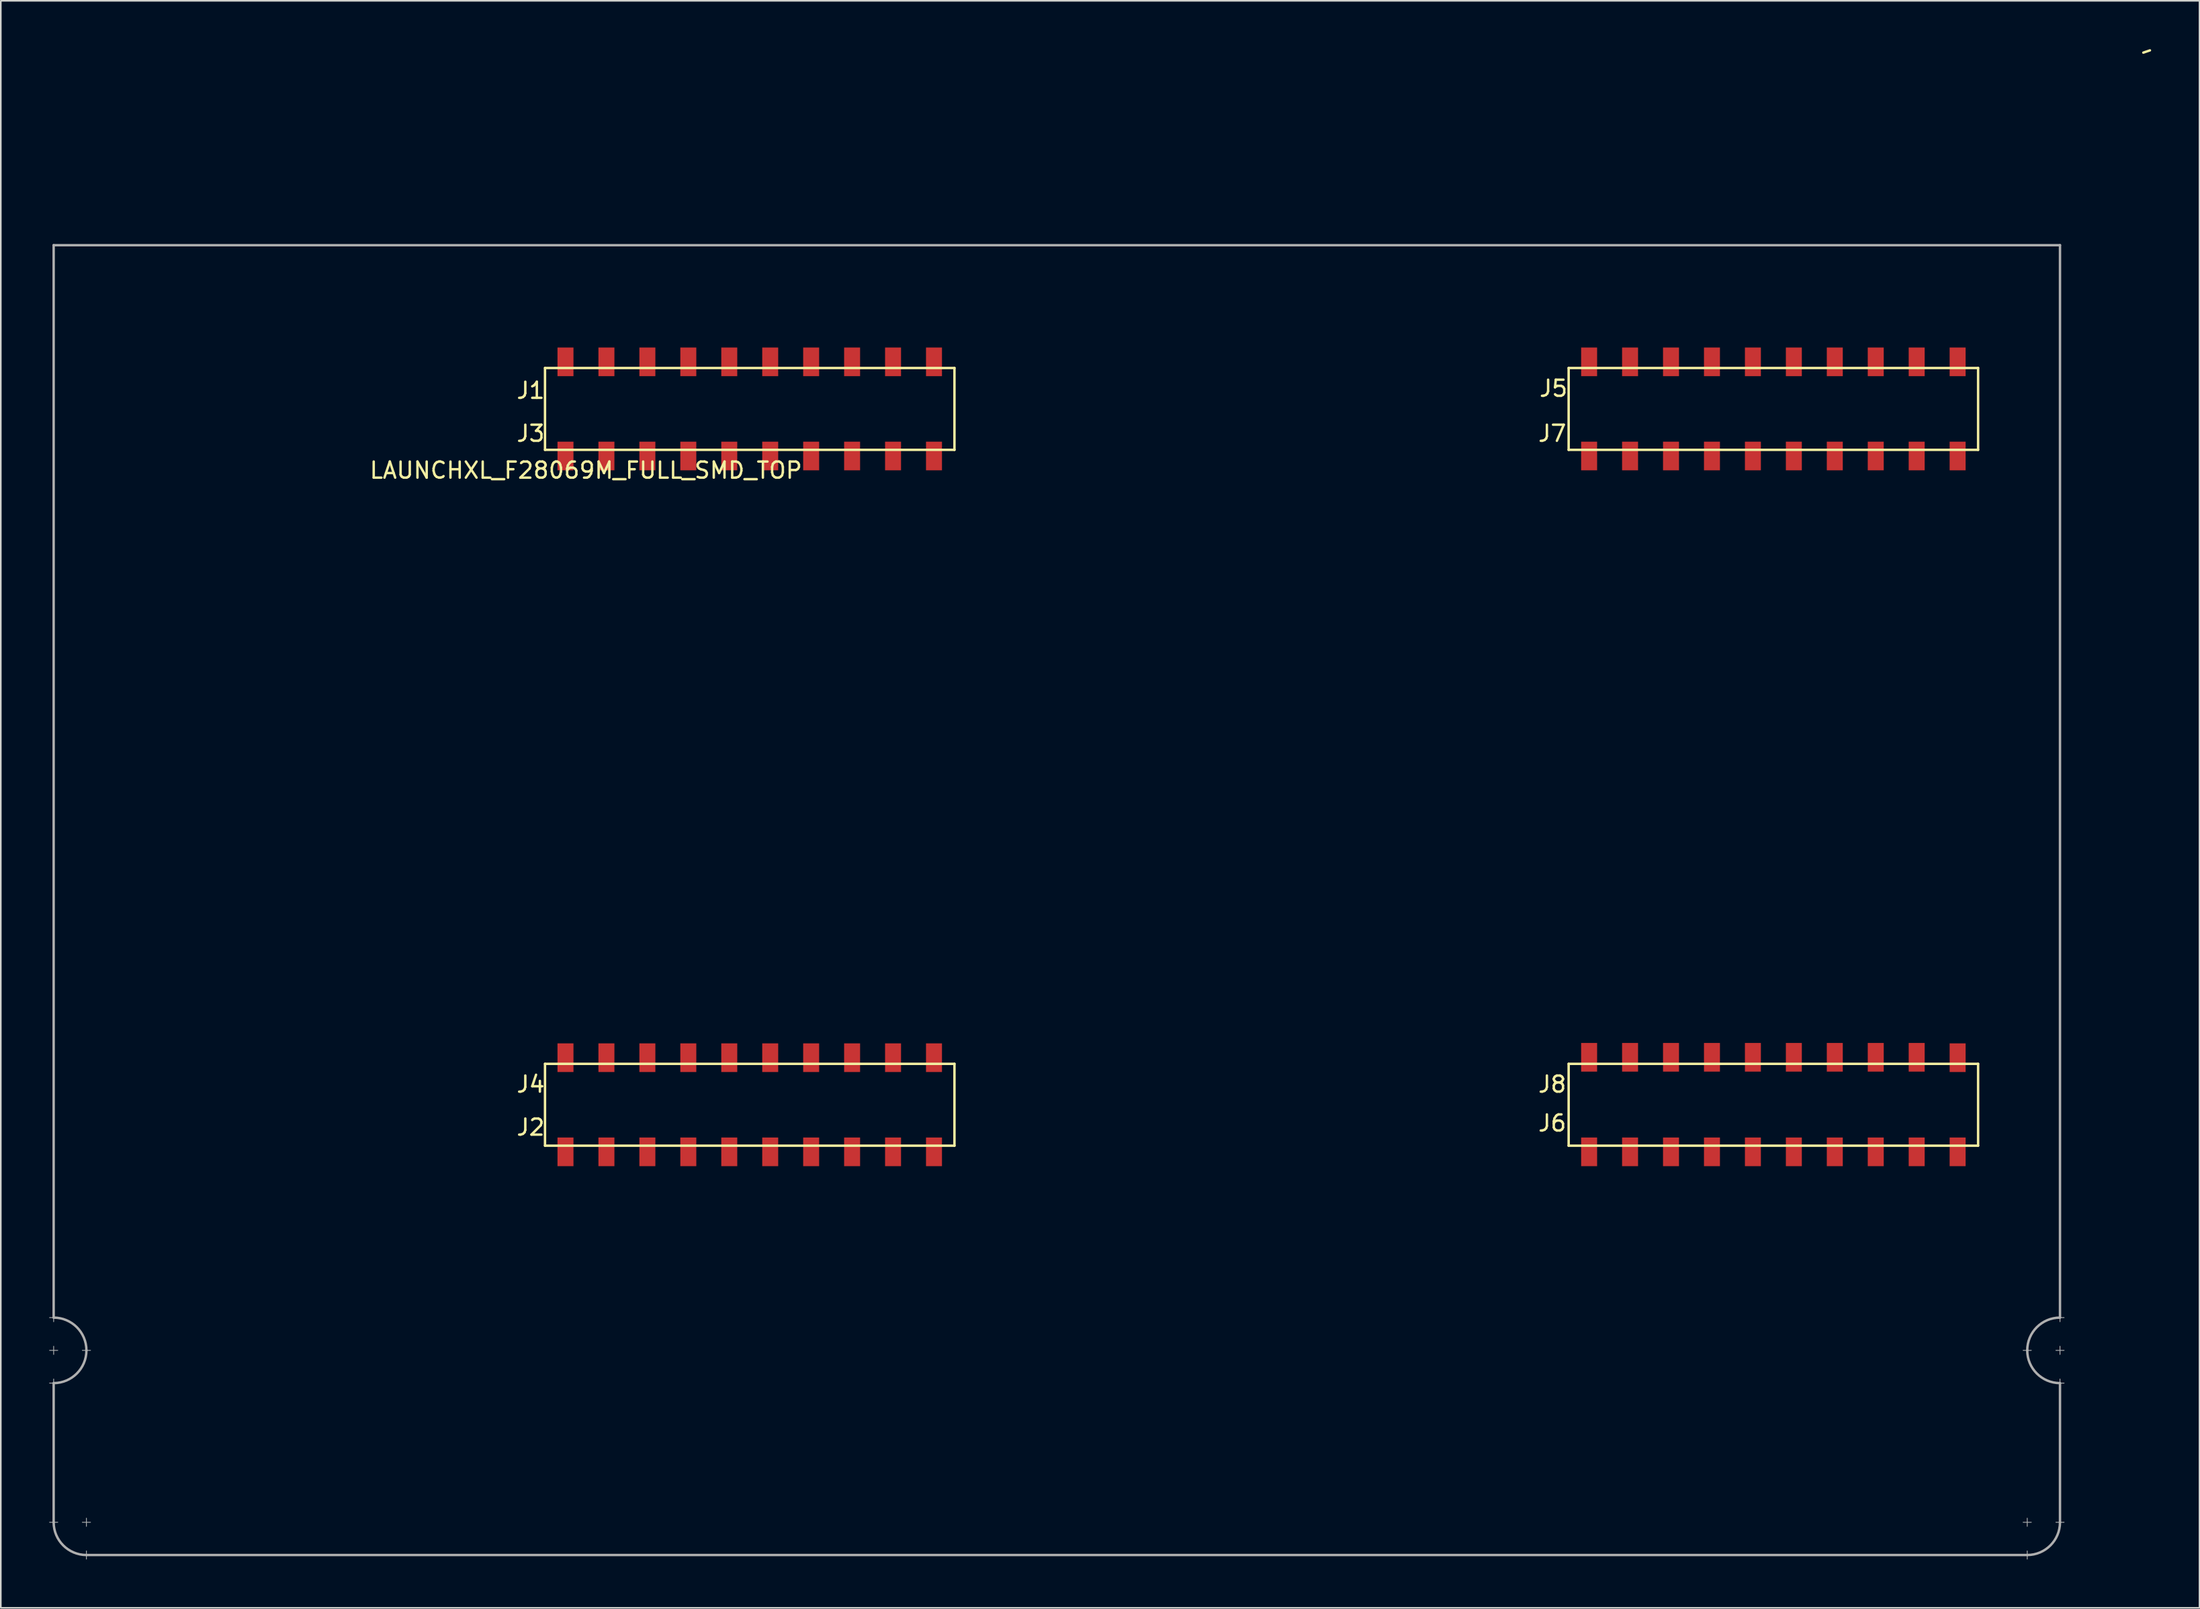
<source format=kicad_pcb>
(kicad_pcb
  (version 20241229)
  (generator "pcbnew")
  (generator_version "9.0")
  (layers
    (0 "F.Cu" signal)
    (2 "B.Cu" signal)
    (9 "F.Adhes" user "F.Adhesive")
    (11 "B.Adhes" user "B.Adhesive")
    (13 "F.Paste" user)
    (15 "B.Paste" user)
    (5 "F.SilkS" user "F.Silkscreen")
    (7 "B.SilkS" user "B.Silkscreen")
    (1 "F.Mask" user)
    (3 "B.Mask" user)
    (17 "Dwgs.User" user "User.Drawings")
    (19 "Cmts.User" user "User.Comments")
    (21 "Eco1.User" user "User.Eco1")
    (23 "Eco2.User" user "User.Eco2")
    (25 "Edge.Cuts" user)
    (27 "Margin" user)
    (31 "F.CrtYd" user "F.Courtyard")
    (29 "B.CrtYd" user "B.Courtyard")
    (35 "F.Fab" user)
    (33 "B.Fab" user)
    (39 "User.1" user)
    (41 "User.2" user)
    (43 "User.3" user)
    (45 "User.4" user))
  (footprint "LAUNCHXL_F28069M_FULL_SMD_TOP"
    (layer "F.Cu")
    (at 0.279 68.045)
    (property "Reference" "LAUNCHXL_F28069M_FULL_SMD_TOP" (at 33.02 -41.91 0) (layer "F.SilkS") (effects (font (size 1 1) (thickness 0.15))))
    (attr through_hole)
    (fp_line (start 30.48 -48.26) (end 30.48 -43.18) (stroke (width 0.15) (type solid)) (layer "F.SilkS"))
    (fp_line (start 30.48 -43.18) (end 55.88 -43.18) (stroke (width 0.15) (type solid)) (layer "F.SilkS"))
    (fp_line (start 30.48 -5.08) (end 30.48 0) (stroke (width 0.15) (type solid)) (layer "F.SilkS"))
    (fp_line (start 30.48 0) (end 55.88 0) (stroke (width 0.15) (type solid)) (layer "F.SilkS"))
    (fp_line (start 55.88 -48.26) (end 30.48 -48.26) (stroke (width 0.15) (type solid)) (layer "F.SilkS"))
    (fp_line (start 55.88 -43.18) (end 55.88 -48.26) (stroke (width 0.15) (type solid)) (layer "F.SilkS"))
    (fp_line (start 55.88 -5.08) (end 30.48 -5.08) (stroke (width 0.15) (type solid)) (layer "F.SilkS"))
    (fp_line (start 55.88 0) (end 55.88 -5.08) (stroke (width 0.15) (type solid)) (layer "F.SilkS"))
    (fp_line (start 93.98 -48.26) (end 93.98 -43.18) (stroke (width 0.15) (type solid)) (layer "F.SilkS"))
    (fp_line (start 93.98 -43.18) (end 119.38 -43.18) (stroke (width 0.15) (type solid)) (layer "F.SilkS"))
    (fp_line (start 93.98 -5.08) (end 93.98 0) (stroke (width 0.15) (type solid)) (layer "F.SilkS"))
    (fp_line (start 93.98 0) (end 119.38 0) (stroke (width 0.15) (type solid)) (layer "F.SilkS"))
    (fp_line (start 119.38 -48.26) (end 93.98 -48.26) (stroke (width 0.15) (type solid)) (layer "F.SilkS"))
    (fp_line (start 119.38 -43.18) (end 119.38 -48.26) (stroke (width 0.15) (type solid)) (layer "F.SilkS"))
    (fp_line (start 119.38 -5.08) (end 93.98 -5.08) (stroke (width 0.15) (type solid)) (layer "F.SilkS"))
    (fp_line (start 119.38 0) (end 119.38 -5.08) (stroke (width 0.15) (type solid)) (layer "F.SilkS"))
    (fp_line (start 129.63 -67.83) (end 130.04 -67.97) (stroke (width 0.15) (type solid)) (layer "F.SilkS"))
    (fp_line (start -0.254 10.668) (end 0.254 10.668) (stroke (width 0.05) (type solid)) (layer "F.Fab"))
    (fp_line (start -0.254 12.7) (end 0.254 12.7) (stroke (width 0.05) (type solid)) (layer "F.Fab"))
    (fp_line (start -0.254 14.732) (end 0.254 14.732) (stroke (width 0.05) (type solid)) (layer "F.Fab"))
    (fp_line (start 0 -55.88) (end 0 10.668) (stroke (width 0.15) (type solid)) (layer "F.Fab"))
    (fp_line (start 0 10.414) (end 0 10.922) (stroke (width 0.05) (type solid)) (layer "F.Fab"))
    (fp_line (start 0 12.446) (end 0 12.954) (stroke (width 0.05) (type solid)) (layer "F.Fab"))
    (fp_line (start 0 14.478) (end 0 14.986) (stroke (width 0.05) (type solid)) (layer "F.Fab"))
    (fp_line (start 0 14.732) (end 0 23.368) (stroke (width 0.15) (type solid)) (layer "F.Fab"))
    (fp_line (start 0 23.114) (end 0 23.622) (stroke (width 0.05) (type solid)) (layer "F.Fab"))
    (fp_line (start 0.254 23.368) (end -0.254 23.368) (stroke (width 0.05) (type solid)) (layer "F.Fab"))
    (fp_line (start 1.778 12.7) (end 2.286 12.7) (stroke (width 0.05) (type solid)) (layer "F.Fab"))
    (fp_line (start 2.032 23.114) (end 2.032 23.622) (stroke (width 0.05) (type solid)) (layer "F.Fab"))
    (fp_line (start 2.032 25.146) (end 2.032 25.654) (stroke (width 0.05) (type solid)) (layer "F.Fab"))
    (fp_line (start 2.032 25.4) (end 122.428 25.4) (stroke (width 0.15) (type solid)) (layer "F.Fab"))
    (fp_line (start 2.286 23.368) (end 1.778 23.368) (stroke (width 0.05) (type solid)) (layer "F.Fab"))
    (fp_line (start 122.174 23.368) (end 122.682 23.368) (stroke (width 0.05) (type solid)) (layer "F.Fab"))
    (fp_line (start 122.174 25.4) (end 122.682 25.4) (stroke (width 0.05) (type solid)) (layer "F.Fab"))
    (fp_line (start 122.428 23.114) (end 122.428 23.622) (stroke (width 0.05) (type solid)) (layer "F.Fab"))
    (fp_line (start 122.428 25.146) (end 122.428 25.654) (stroke (width 0.05) (type solid)) (layer "F.Fab"))
    (fp_line (start 122.682 12.7) (end 122.174 12.7) (stroke (width 0.05) (type solid)) (layer "F.Fab"))
    (fp_line (start 124.206 23.368) (end 124.714 23.368) (stroke (width 0.05) (type solid)) (layer "F.Fab"))
    (fp_line (start 124.46 -55.88) (end 0 -55.88) (stroke (width 0.15) (type solid)) (layer "F.Fab"))
    (fp_line (start 124.46 10.668) (end 124.46 -55.88) (stroke (width 0.15) (type solid)) (layer "F.Fab"))
    (fp_line (start 124.46 10.922) (end 124.46 10.414) (stroke (width 0.05) (type solid)) (layer "F.Fab"))
    (fp_line (start 124.46 12.954) (end 124.46 12.446) (stroke (width 0.05) (type solid)) (layer "F.Fab"))
    (fp_line (start 124.46 14.732) (end 124.46 23.368) (stroke (width 0.15) (type solid)) (layer "F.Fab"))
    (fp_line (start 124.46 14.986) (end 124.46 14.478) (stroke (width 0.05) (type solid)) (layer "F.Fab"))
    (fp_line (start 124.714 10.668) (end 124.206 10.668) (stroke (width 0.05) (type solid)) (layer "F.Fab"))
    (fp_line (start 124.714 12.7) (end 124.206 12.7) (stroke (width 0.05) (type solid)) (layer "F.Fab"))
    (fp_line (start 124.714 14.732) (end 124.206 14.732) (stroke (width 0.05) (type solid)) (layer "F.Fab"))
    (fp_arc (start 0 10.668) (mid 1.436841 11.263159) (end 2.032 12.7) (stroke (width 0.15) (type solid)) (layer "F.Fab"))
    (fp_arc (start 2.032 12.7) (mid 1.436841 14.136841) (end 0 14.732) (stroke (width 0.15) (type solid)) (layer "F.Fab"))
    (fp_arc (start 2.032 25.4) (mid 0.595159 24.804841) (end 0 23.368) (stroke (width 0.15) (type solid)) (layer "F.Fab"))
    (fp_arc (start 122.428 12.7) (mid 123.023159 11.263159) (end 124.46 10.668) (stroke (width 0.15) (type solid)) (layer "F.Fab"))
    (fp_arc (start 124.46 14.732) (mid 123.023159 14.136841) (end 122.428 12.7) (stroke (width 0.15) (type solid)) (layer "F.Fab"))
    (fp_arc (start 124.46 23.368) (mid 123.864841 24.804841) (end 122.428 25.4) (stroke (width 0.15) (type solid)) (layer "F.Fab"))
    (fp_text user "J5" (at 93.04 -46.99 0) (layer "F.SilkS") (effects (font (size 1 1) (thickness 0.15))))
    (fp_text user "J7" (at 92.964 -44.196 0) (layer "F.SilkS") (effects (font (size 1 1) (thickness 0.15))))
    (fp_text user "J4" (at 29.591 -3.81 0) (layer "F.SilkS") (effects (font (size 1 1) (thickness 0.15))))
    (fp_text user "J6" (at 92.964 -1.397 0) (layer "F.SilkS") (effects (font (size 1 1) (thickness 0.15))))
    (fp_text user "J1" (at 29.591 -46.863 0) (layer "F.SilkS") (effects (font (size 1 1) (thickness 0.15))))
    (fp_text user "J2" (at 29.591 -1.143 0) (layer "F.SilkS") (effects (font (size 1 1) (thickness 0.15))))
    (fp_text user "J3" (at 29.591 -44.196 0) (layer "F.SilkS") (effects (font (size 1 1) (thickness 0.15))))
    (fp_text user "J8" (at 92.964 -3.81 0) (layer "F.SilkS") (effects (font (size 1 1) (thickness 0.15))))
    (pad "+3V3" smd rect (at 54.61 -48.641) (size 0.991 1.778) (layers "F.Cu" "F.Mask" "F.Paste"))
    (pad "+3V3" smd rect (at 118.11 -48.641) (size 0.991 1.778) (layers "F.Cu" "F.Mask" "F.Paste"))
    (pad "+5V" smd rect (at 54.61 -42.799) (size 0.991 1.778) (layers "F.Cu" "F.Mask" "F.Paste"))
    (pad "+5V" smd rect (at 118.11 -42.799) (size 0.991 1.778) (layers "F.Cu" "F.Mask" "F.Paste"))
    (pad "A_A0" smd rect (at 39.37 -42.799) (size 0.991 1.778) (layers "F.Cu" "F.Mask" "F.Paste"))
    (pad "A_A1" smd rect (at 34.29 -42.799) (size 0.991 1.778) (layers "F.Cu" "F.Mask" "F.Paste"))
    (pad "A_A2" smd rect (at 44.45 -42.799) (size 0.991 1.778) (layers "F.Cu" "F.Mask" "F.Paste"))
    (pad "A_A3" smd rect (at 102.87 -42.799) (size 0.991 1.778) (layers "F.Cu" "F.Mask" "F.Paste"))
    (pad "A_A4" smd rect (at 97.79 -42.799) (size 0.991 1.778) (layers "F.Cu" "F.Mask" "F.Paste"))
    (pad "A_A5" smd rect (at 107.95 -42.799) (size 0.991 1.778) (layers "F.Cu" "F.Mask" "F.Paste"))
    (pad "A_A6" smd rect (at 52.07 -48.641) (size 0.991 1.778) (layers "F.Cu" "F.Mask" "F.Paste"))
    (pad "A_A7" smd rect (at 49.53 -42.799) (size 0.991 1.778) (layers "F.Cu" "F.Mask" "F.Paste"))
    (pad "A_B0" smd rect (at 36.83 -42.799) (size 0.991 1.778) (layers "F.Cu" "F.Mask" "F.Paste"))
    (pad "A_B1" smd rect (at 46.99 -42.799) (size 0.991 1.778) (layers "F.Cu" "F.Mask" "F.Paste"))
    (pad "A_B2" smd rect (at 41.91 -42.799) (size 0.991 1.778) (layers "F.Cu" "F.Mask" "F.Paste"))
    (pad "A_B3" smd rect (at 100.33 -42.799) (size 0.991 1.778) (layers "F.Cu" "F.Mask" "F.Paste"))
    (pad "A_B4" smd rect (at 110.49 -42.799) (size 0.991 1.778) (layers "F.Cu" "F.Mask" "F.Paste"))
    (pad "A_B5" smd rect (at 105.41 -42.799) (size 0.991 1.778) (layers "F.Cu" "F.Mask" "F.Paste"))
    (pad "A_B6" smd rect (at 41.91 -48.641) (size 0.991 1.778) (layers "F.Cu" "F.Mask" "F.Paste"))
    (pad "A_B7" smd rect (at 113.03 -42.799) (size 0.991 1.778) (layers "F.Cu" "F.Mask" "F.Paste"))
    (pad "DAC1" smd rect (at 34.29 -5.461) (size 0.991 1.778) (layers "F.Cu" "F.Mask" "F.Paste"))
    (pad "DAC2" smd rect (at 31.75 -5.461) (size 0.991 1.778) (layers "F.Cu" "F.Mask" "F.Paste"))
    (pad "DAC3" smd rect (at 97.79 -5.486) (size 0.991 1.778) (layers "F.Cu" "F.Mask" "F.Paste"))
    (pad "DAC4" smd rect (at 95.25 -5.486) (size 0.991 1.778) (layers "F.Cu" "F.Mask" "F.Paste"))
    (pad "GND" smd rect (at 52.07 -42.799) (size 0.991 1.778) (layers "F.Cu" "F.Mask" "F.Paste"))
    (pad "GND" smd rect (at 54.61 0.381) (size 0.991 1.778) (layers "F.Cu" "F.Mask" "F.Paste"))
    (pad "GND" smd rect (at 115.57 -42.799) (size 0.991 1.778) (layers "F.Cu" "F.Mask" "F.Paste"))
    (pad "GND" smd rect (at 118.11 0.381) (size 0.991 1.778) (layers "F.Cu" "F.Mask" "F.Paste"))
    (pad "NC" smd rect (at 31.75 -42.799) (size 0.991 1.778) (layers "F.Cu" "F.Mask" "F.Paste"))
    (pad "NC" smd rect (at 36.83 -5.461) (size 0.991 1.778) (layers "F.Cu" "F.Mask" "F.Paste"))
    (pad "NC" smd rect (at 46.99 0.381) (size 0.991 1.778) (layers "F.Cu" "F.Mask" "F.Paste"))
    (pad "NC" smd rect (at 95.25 -42.799) (size 0.991 1.778) (layers "F.Cu" "F.Mask" "F.Paste"))
    (pad "NC" smd rect (at 100.33 -5.486) (size 0.991 1.778) (layers "F.Cu" "F.Mask" "F.Paste"))
    (pad "NC" smd rect (at 102.87 -5.486) (size 0.991 1.778) (layers "F.Cu" "F.Mask" "F.Paste"))
    (pad "NC" smd rect (at 105.41 -48.641) (size 0.991 1.778) (layers "F.Cu" "F.Mask" "F.Paste"))
    (pad "NC" smd rect (at 110.49 0.381) (size 0.991 1.778) (layers "F.Cu" "F.Mask" "F.Paste"))
    (pad "NC" smd rect (at 115.57 -48.641) (size 0.991 1.778) (layers "F.Cu" "F.Mask" "F.Paste"))
    (pad "P_0" smd rect (at 54.61 -5.461) (size 0.991 1.778) (layers "F.Cu" "F.Mask" "F.Paste"))
    (pad "P_1" smd rect (at 52.07 -5.461) (size 0.991 1.778) (layers "F.Cu" "F.Mask" "F.Paste"))
    (pad "P_2" smd rect (at 49.53 -5.461) (size 0.991 1.778) (layers "F.Cu" "F.Mask" "F.Paste"))
    (pad "P_3" smd rect (at 46.99 -5.461) (size 0.991 1.778) (layers "F.Cu" "F.Mask" "F.Paste"))
    (pad "P_4" smd rect (at 44.45 -5.461) (size 0.991 1.778) (layers "F.Cu" "F.Mask" "F.Paste"))
    (pad "P_5" smd rect (at 41.91 -5.461) (size 0.991 1.778) (layers "F.Cu" "F.Mask" "F.Paste"))
    (pad "P_6" smd rect (at 118.11 -5.461) (size 0.991 1.778) (layers "F.Cu" "F.Mask" "F.Paste"))
    (pad "P_7" smd rect (at 115.57 -5.486) (size 0.991 1.778) (layers "F.Cu" "F.Mask" "F.Paste"))
    (pad "P_8" smd rect (at 113.03 -5.486) (size 0.991 1.778) (layers "F.Cu" "F.Mask" "F.Paste"))
    (pad "P_9" smd rect (at 110.49 -5.486) (size 0.991 1.778) (layers "F.Cu" "F.Mask" "F.Paste"))
    (pad "P_10" smd rect (at 107.95 -5.486) (size 0.991 1.778) (layers "F.Cu" "F.Mask" "F.Paste"))
    (pad "P_11" smd rect (at 105.41 -5.486) (size 0.991 1.778) (layers "F.Cu" "F.Mask" "F.Paste"))
    (pad "P_12" smd rect (at 44.45 -48.641) (size 0.991 1.778) (layers "F.Cu" "F.Mask" "F.Paste"))
    (pad "P_13" smd rect (at 39.37 -5.461) (size 0.991 1.778) (layers "F.Cu" "F.Mask" "F.Paste"))
    (pad "P_14" smd rect (at 102.87 -48.641) (size 0.991 1.778) (layers "F.Cu" "F.Mask" "F.Paste"))
    (pad "P_15" smd rect (at 113.03 -48.641) (size 0.991 1.778) (layers "F.Cu" "F.Mask" "F.Paste"))
    (pad "P_16" smd rect (at 41.91 0.381) (size 0.991 1.778) (layers "F.Cu" "F.Mask" "F.Paste"))
    (pad "P_17" smd rect (at 39.37 0.381) (size 0.991 1.778) (layers "F.Cu" "F.Mask" "F.Paste"))
    (pad "P_18" smd rect (at 39.37 -48.641) (size 0.991 1.778) (layers "F.Cu" "F.Mask" "F.Paste"))
    (pad "P_19" smd rect (at 52.07 0.381) (size 0.991 1.778) (layers "F.Cu" "F.Mask" "F.Paste"))
    (pad "P_20" smd rect (at 107.95 -48.641) (size 0.991 1.778) (layers "F.Cu" "F.Mask" "F.Paste"))
    (pad "P_21" smd rect (at 100.33 -48.641) (size 0.991 1.778) (layers "F.Cu" "F.Mask" "F.Paste"))
    (pad "P_22" smd rect (at 36.83 -48.641) (size 0.991 1.778) (layers "F.Cu" "F.Mask" "F.Paste"))
    (pad "P_23" smd rect (at 97.79 -48.641) (size 0.991 1.778) (layers "F.Cu" "F.Mask" "F.Paste"))
    (pad "P_24" smd rect (at 105.41 0.381) (size 0.991 1.778) (layers "F.Cu" "F.Mask" "F.Paste"))
    (pad "P_25" smd rect (at 102.87 0.381) (size 0.991 1.778) (layers "F.Cu" "F.Mask" "F.Paste"))
    (pad "P_26" smd rect (at 113.03 0.381) (size 0.991 1.778) (layers "F.Cu" "F.Mask" "F.Paste"))
    (pad "P_27" smd rect (at 115.57 0.381) (size 0.991 1.778) (layers "F.Cu" "F.Mask" "F.Paste"))
    (pad "P_28" smd rect (at 49.53 -48.641) (size 0.991 1.778) (layers "F.Cu" "F.Mask" "F.Paste"))
    (pad "P_29" smd rect (at 46.99 -48.641) (size 0.991 1.778) (layers "F.Cu" "F.Mask" "F.Paste"))
    (pad "P_32" smd rect (at 31.75 -48.641) (size 0.991 1.778) (layers "F.Cu" "F.Mask" "F.Paste"))
    (pad "P_33" smd rect (at 34.29 -48.641) (size 0.991 1.778) (layers "F.Cu" "F.Mask" "F.Paste"))
    (pad "P_44" smd rect (at 49.53 0.381) (size 0.991 1.778) (layers "F.Cu" "F.Mask" "F.Paste"))
    (pad "P_50" smd rect (at 36.83 0.381) (size 0.991 1.778) (layers "F.Cu" "F.Mask" "F.Paste"))
    (pad "P_51" smd rect (at 34.29 0.381) (size 0.991 1.778) (layers "F.Cu" "F.Mask" "F.Paste"))
    (pad "P_52" smd rect (at 100.33 0.381) (size 0.991 1.778) (layers "F.Cu" "F.Mask" "F.Paste"))
    (pad "P_53" smd rect (at 97.79 0.381) (size 0.991 1.778) (layers "F.Cu" "F.Mask" "F.Paste"))
    (pad "P_54" smd rect (at 95.25 -48.641) (size 0.991 1.778) (layers "F.Cu" "F.Mask" "F.Paste"))
    (pad "P_55" smd rect (at 31.75 0.381) (size 0.991 1.778) (layers "F.Cu" "F.Mask" "F.Paste"))
    (pad "P_56" smd rect (at 95.25 0.381) (size 0.991 1.778) (layers "F.Cu" "F.Mask" "F.Paste"))
    (pad "P_58" smd rect (at 110.49 -48.641) (size 0.991 1.778) (layers "F.Cu" "F.Mask" "F.Paste"))
    (pad "Rese" smd rect (at 44.45 0.381) (size 0.991 1.778) (layers "F.Cu" "F.Mask" "F.Paste"))
    (pad "Rese" smd rect (at 107.95 0.381) (size 0.991 1.778) (layers "F.Cu" "F.Mask" "F.Paste")))
  (gr_rect
    (start -3 -3)
    (end 133.394 96.724)
    (stroke (width 0.1) (type default))
    (fill no)
    (layer "Edge.Cuts")))
</source>
